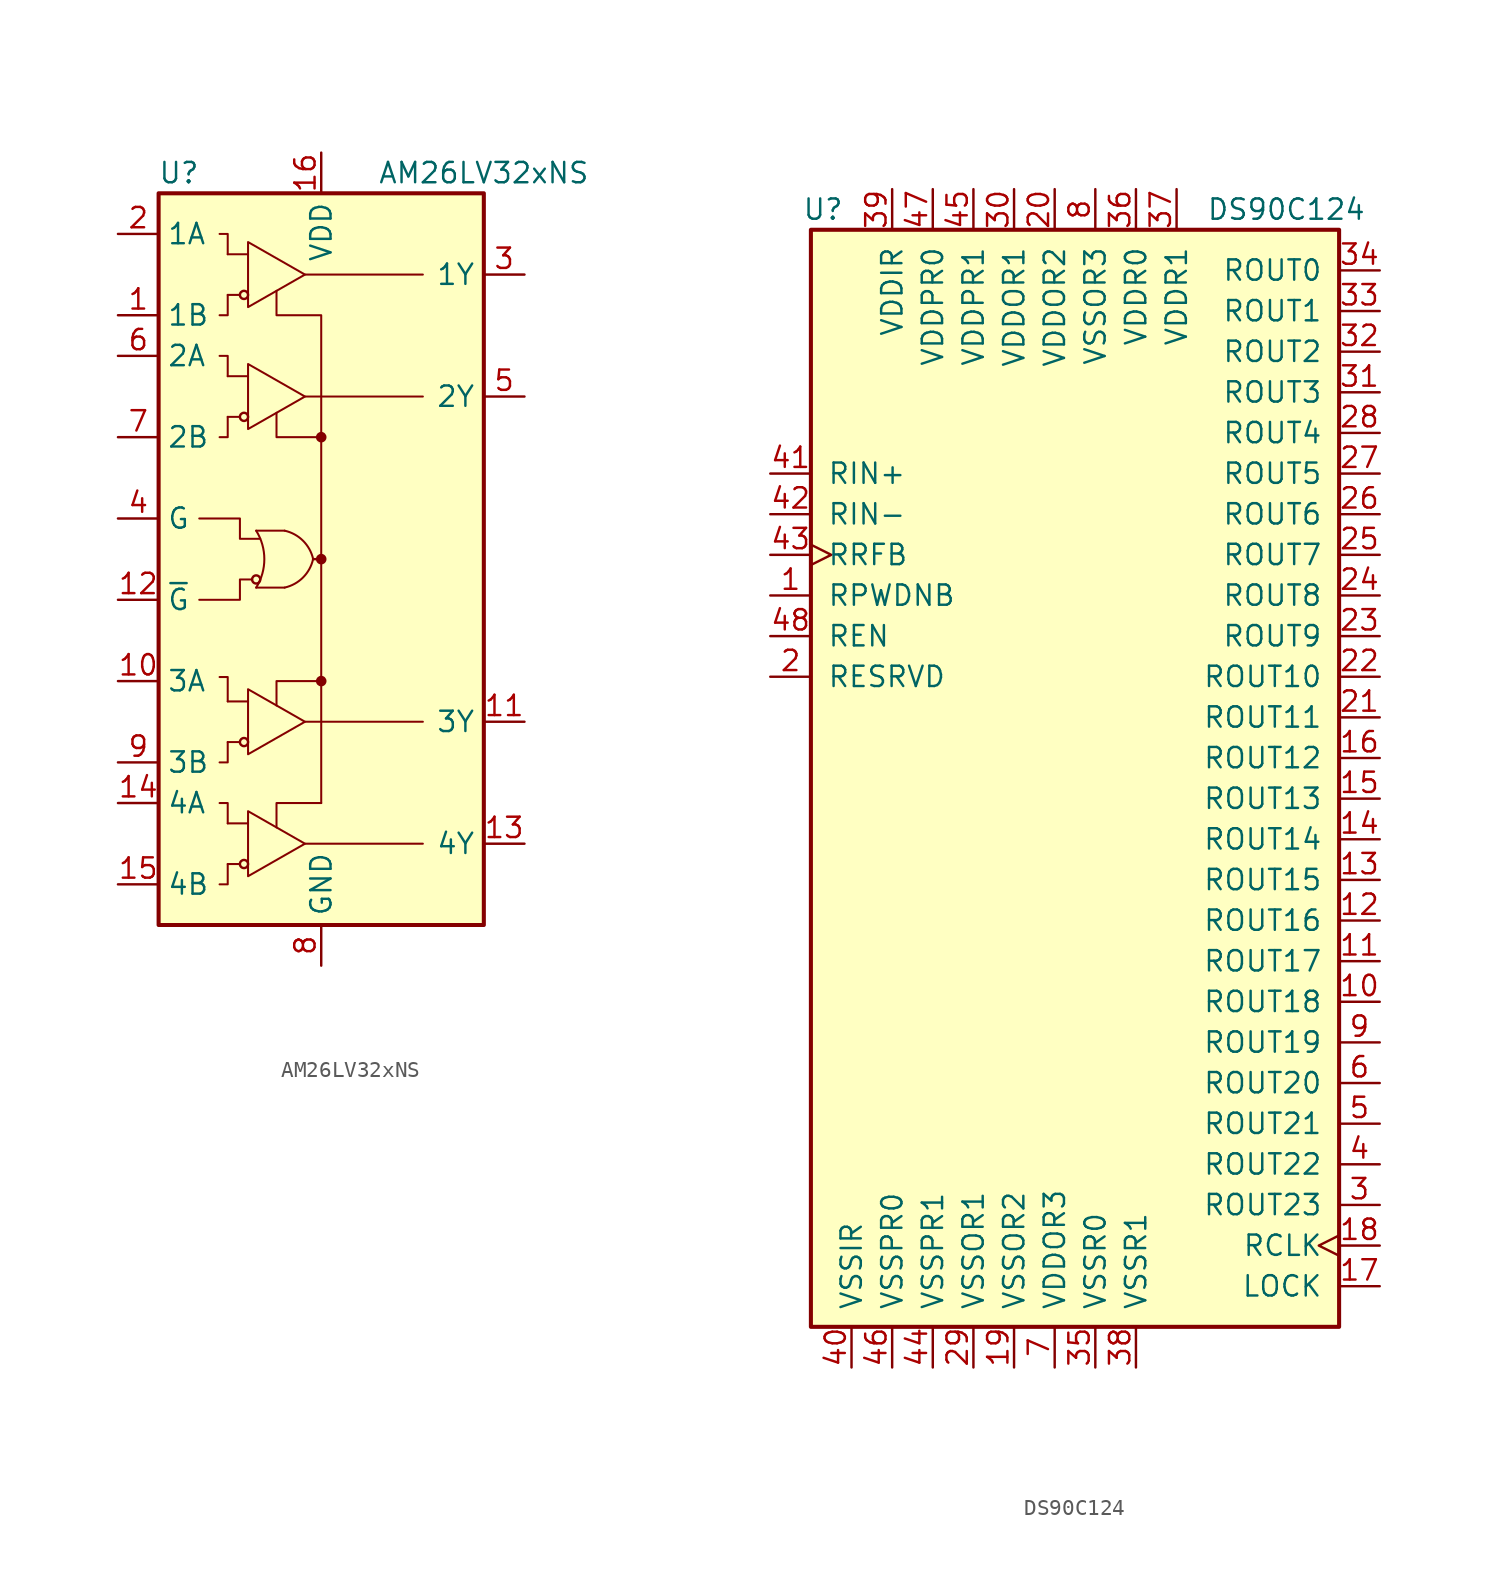
<source format=kicad_sym>
(kicad_symbol_lib
  (version 20201005)
  (generator kicad_symbol_editor)
  (symbol "AM26LV32xNS"
    (property "Reference" "U"
      (at -8.89 24.13 0)
      (effects (font (size 1.27 1.27))))
    (property "Value" "AM26LV32xNS"
      (at 10.16 24.13 0)
      (effects (font (size 1.27 1.27))))
    (symbol "AM26LV32xNS_0_1"
      (arc (start -4.064 1.778) (end -4.064 -1.778) (radius (at -6.9088 0) (length 3.3528) (angles 32 -32)) (stroke (width 0.127)) (fill (type none)))
      (arc (start -2.286 1.778) (end -0.508 0) (radius (at -2.794 -0.508) (length 2.3368) (angles 77.5 12.5)) (stroke (width 0.127)) (fill (type none)))
      (arc (start -2.286 -1.778) (end -0.508 0) (radius (at -2.794 0.508) (length 2.3368) (angles -77.5 -12.5)) (stroke (width 0.127)) (fill (type none)))
      (circle (center -4.826 16.51) (radius 0.254) (stroke (width 0)) (fill (type none)))
      (circle (center -4.064 -1.27) (radius 0.254) (stroke (width 0)) (fill (type none)))
      (circle (center 0 -7.62) (radius 0.254) (stroke (width 0)) (fill (type outline)))
      (circle (center 0 0) (radius 0.254) (stroke (width 0)) (fill (type outline)))
      (circle (center 0 7.62) (radius 0.254) (stroke (width 0)) (fill (type outline)))
      (rectangle (start -10.16 22.86) (end 10.16 -22.86) (stroke (width 0.254)) (fill (type background)))
      (polyline (pts (xy -5.842 16.51) (xy -5.08 16.51)) (stroke (width 0.127)) (fill (type none)))
      (polyline (pts (xy -5.842 19.05) (xy -4.572 19.05)) (stroke (width 0.127)) (fill (type none)))
      (polyline (pts (xy -4.064 -1.778) (xy -2.286 -1.778)) (stroke (width 0.127)) (fill (type none)))
      (polyline (pts (xy -2.286 1.778) (xy -4.064 1.778)) (stroke (width 0.127)) (fill (type none)))
      (polyline (pts (xy -1.016 -17.78) (xy 6.35 -17.78)) (stroke (width 0.127)) (fill (type none)))
      (polyline (pts (xy -1.016 -10.16) (xy 6.35 -10.16)) (stroke (width 0.127)) (fill (type none)))
      (polyline (pts (xy -1.016 10.16) (xy 6.35 10.16)) (stroke (width 0.127)) (fill (type none)))
      (polyline (pts (xy -1.016 17.78) (xy 6.35 17.78)) (stroke (width 0.127)) (fill (type none)))
      (polyline (pts (xy -0.508 0) (xy 0 0)) (stroke (width 0)) (fill (type none)))
      (polyline (pts (xy 0 0) (xy 0 -15.24)) (stroke (width 0.127)) (fill (type none)))
      (polyline (pts (xy 0 7.62) (xy 0 0)) (stroke (width 0.127)) (fill (type none)))
      (polyline (pts (xy -5.842 -19.05) (xy -5.842 -20.32) (xy -6.35 -20.32)) (stroke (width 0.127)) (fill (type none)))
      (polyline (pts (xy -5.842 -16.51) (xy -5.842 -15.24) (xy -6.35 -15.24)) (stroke (width 0.127)) (fill (type none)))
      (polyline (pts (xy -5.842 -11.43) (xy -5.842 -12.7) (xy -6.35 -12.7)) (stroke (width 0.127)) (fill (type none)))
      (polyline (pts (xy -5.842 -8.89) (xy -5.842 -7.366) (xy -6.35 -7.366)) (stroke (width 0.127)) (fill (type none)))
      (polyline (pts (xy -5.842 8.89) (xy -5.842 7.62) (xy -6.35 7.62)) (stroke (width 0.127)) (fill (type none)))
      (polyline (pts (xy -5.842 11.43) (xy -5.842 12.7) (xy -6.35 12.7)) (stroke (width 0.127)) (fill (type none)))
      (polyline (pts (xy -5.842 19.05) (xy -5.842 20.32) (xy -6.35 20.32)) (stroke (width 0.127)) (fill (type none)))
      (polyline (pts (xy 0 -15.24) (xy -2.794 -15.24) (xy -2.794 -16.764)) (stroke (width 0.127)) (fill (type none)))
      (polyline (pts (xy 0 -7.62) (xy -2.794 -7.62) (xy -2.794 -9.144)) (stroke (width 0.127)) (fill (type none)))
      (polyline (pts (xy 0 7.62) (xy -2.794 7.62) (xy -2.794 9.144)) (stroke (width 0.127)) (fill (type none)))
      (polyline (pts (xy -7.62 2.54) (xy -5.08 2.54) (xy -5.08 1.27) (xy -3.81 1.27)) (stroke (width 0.127)) (fill (type none)))
      (polyline (pts (xy -5.842 16.51) (xy -5.842 15.24) (xy -6.096 15.24) (xy -6.35 15.24)) (stroke (width 0.127)) (fill (type none)))
      (polyline (pts (xy -4.572 19.812) (xy -4.572 15.748) (xy -1.016 17.78) (xy -4.572 19.812)) (stroke (width 0.127)) (fill (type none)))
      (polyline (pts (xy -4.318 -1.27) (xy -5.08 -1.27) (xy -5.08 -2.54) (xy -7.62 -2.54)) (stroke (width 0.127)) (fill (type none)))
      (polyline (pts (xy 0 7.62) (xy 0 15.24) (xy -2.794 15.24) (xy -2.794 16.764)) (stroke (width 0.127)) (fill (type none))))
    (symbol "AM26LV32xNS_1_1"
      (circle (center -4.826 -19.05) (radius 0.254) (stroke (width 0)) (fill (type none)))
      (circle (center -4.826 -11.43) (radius 0.254) (stroke (width 0)) (fill (type none)))
      (circle (center -4.826 8.89) (radius 0.254) (stroke (width 0)) (fill (type none)))
      (polyline (pts (xy -5.842 -19.05) (xy -5.08 -19.05)) (stroke (width 0.127)) (fill (type none)))
      (polyline (pts (xy -5.842 -16.51) (xy -4.572 -16.51)) (stroke (width 0.127)) (fill (type none)))
      (polyline (pts (xy -5.842 -11.43) (xy -5.08 -11.43)) (stroke (width 0.127)) (fill (type none)))
      (polyline (pts (xy -5.842 -8.89) (xy -4.572 -8.89)) (stroke (width 0.127)) (fill (type none)))
      (polyline (pts (xy -5.842 8.89) (xy -5.08 8.89)) (stroke (width 0.127)) (fill (type none)))
      (polyline (pts (xy -5.842 11.43) (xy -4.572 11.43)) (stroke (width 0.127)) (fill (type none)))
      (polyline (pts (xy -4.572 -15.748) (xy -4.572 -19.812) (xy -1.016 -17.78) (xy -4.572 -15.748)) (stroke (width 0.127)) (fill (type none)))
      (polyline (pts (xy -4.572 -8.128) (xy -4.572 -12.192) (xy -1.016 -10.16) (xy -4.572 -8.128)) (stroke (width 0.127)) (fill (type none)))
      (polyline (pts (xy -4.572 12.192) (xy -4.572 8.128) (xy -1.016 10.16) (xy -4.572 12.192)) (stroke (width 0.127)) (fill (type none)))
      (pin input line (at -12.7 15.24 0) (length 2.54) (name "1B" (effects (font (size 1.27 1.27)))) (number "1" (effects (font (size 1.27 1.27)))))
      (pin input line (at -12.7 -7.62 0) (length 2.54) (name "3A" (effects (font (size 1.27 1.27)))) (number "10" (effects (font (size 1.27 1.27)))))
      (pin tri_state line (at 12.7 -10.16 180) (length 2.54) (name "3Y" (effects (font (size 1.27 1.27)))) (number "11" (effects (font (size 1.27 1.27)))))
      (pin input line (at -12.7 -2.54 0) (length 2.54) (name "~G" (effects (font (size 1.27 1.27)))) (number "12" (effects (font (size 1.27 1.27)))))
      (pin tri_state line (at 12.7 -17.78 180) (length 2.54) (name "4Y" (effects (font (size 1.27 1.27)))) (number "13" (effects (font (size 1.27 1.27)))))
      (pin input line (at -12.7 -15.24 0) (length 2.54) (name "4A" (effects (font (size 1.27 1.27)))) (number "14" (effects (font (size 1.27 1.27)))))
      (pin input line (at -12.7 -20.32 0) (length 2.54) (name "4B" (effects (font (size 1.27 1.27)))) (number "15" (effects (font (size 1.27 1.27)))))
      (pin power_in line (at 0 25.4 270) (length 2.54) (name "VDD" (effects (font (size 1.27 1.27)))) (number "16" (effects (font (size 1.27 1.27)))))
      (pin input line (at -12.7 20.32 0) (length 2.54) (name "1A" (effects (font (size 1.27 1.27)))) (number "2" (effects (font (size 1.27 1.27)))))
      (pin tri_state line (at 12.7 17.78 180) (length 2.54) (name "1Y" (effects (font (size 1.27 1.27)))) (number "3" (effects (font (size 1.27 1.27)))))
      (pin input line (at -12.7 2.54 0) (length 2.54) (name "G" (effects (font (size 1.27 1.27)))) (number "4" (effects (font (size 1.27 1.27)))))
      (pin tri_state line (at 12.7 10.16 180) (length 2.54) (name "2Y" (effects (font (size 1.27 1.27)))) (number "5" (effects (font (size 1.27 1.27)))))
      (pin input line (at -12.7 12.7 0) (length 2.54) (name "2A" (effects (font (size 1.27 1.27)))) (number "6" (effects (font (size 1.27 1.27)))))
      (pin input line (at -12.7 7.62 0) (length 2.54) (name "2B" (effects (font (size 1.27 1.27)))) (number "7" (effects (font (size 1.27 1.27)))))
      (pin power_in line (at 0 -25.4 90) (length 2.54) (name "GND" (effects (font (size 1.27 1.27)))) (number "8" (effects (font (size 1.27 1.27)))))
      (pin input line (at -12.7 -12.7 0) (length 2.54) (name "3B" (effects (font (size 1.27 1.27)))) (number "9" (effects (font (size 1.27 1.27)))))))
  (symbol "DS90C124"
    (pin_names
      (offset 1.016))
    (property "Reference" "U"
      (at -14.478 34.29 0)
      (effects (font (size 1.27 1.27))))
    (property "Value" "DS90C124"
      (at 14.478 34.29 0)
      (effects (font (size 1.27 1.27))))
    (symbol "DS90C124_0_1"
      (rectangle (start -15.24 33.02) (end 17.78 -35.56) (stroke (width 0.254)) (fill (type background))))
    (symbol "DS90C124_1_1"
      (pin input line (at -17.78 10.16 0) (length 2.54) (name "RPWDNB" (effects (font (size 1.27 1.27)))) (number "1" (effects (font (size 1.27 1.27)))))
      (pin output line (at 20.32 -15.24 180) (length 2.54) (name "ROUT18" (effects (font (size 1.27 1.27)))) (number "10" (effects (font (size 1.27 1.27)))))
      (pin output line (at 20.32 -12.7 180) (length 2.54) (name "ROUT17" (effects (font (size 1.27 1.27)))) (number "11" (effects (font (size 1.27 1.27)))))
      (pin output line (at 20.32 -10.16 180) (length 2.54) (name "ROUT16" (effects (font (size 1.27 1.27)))) (number "12" (effects (font (size 1.27 1.27)))))
      (pin output line (at 20.32 -7.62 180) (length 2.54) (name "ROUT15" (effects (font (size 1.27 1.27)))) (number "13" (effects (font (size 1.27 1.27)))))
      (pin output line (at 20.32 -5.08 180) (length 2.54) (name "ROUT14" (effects (font (size 1.27 1.27)))) (number "14" (effects (font (size 1.27 1.27)))))
      (pin output line (at 20.32 -2.54 180) (length 2.54) (name "ROUT13" (effects (font (size 1.27 1.27)))) (number "15" (effects (font (size 1.27 1.27)))))
      (pin output line (at 20.32 0 180) (length 2.54) (name "ROUT12" (effects (font (size 1.27 1.27)))) (number "16" (effects (font (size 1.27 1.27)))))
      (pin output line (at 20.32 -33.02 180) (length 2.54) (name "LOCK" (effects (font (size 1.27 1.27)))) (number "17" (effects (font (size 1.27 1.27)))))
      (pin output clock (at 20.32 -30.48 180) (length 2.54) (name "RCLK" (effects (font (size 1.27 1.27)))) (number "18" (effects (font (size 1.27 1.27)))))
      (pin power_in line (at -2.54 -38.1 90) (length 2.54) (name "VSSOR2" (effects (font (size 1.27 1.27)))) (number "19" (effects (font (size 1.27 1.27)))))
      (pin input line (at -17.78 5.08 0) (length 2.54) (name "RESRVD" (effects (font (size 1.27 1.27)))) (number "2" (effects (font (size 1.27 1.27)))))
      (pin power_in line (at 0 35.56 270) (length 2.54) (name "VDDOR2" (effects (font (size 1.27 1.27)))) (number "20" (effects (font (size 1.27 1.27)))))
      (pin output line (at 20.32 2.54 180) (length 2.54) (name "ROUT11" (effects (font (size 1.27 1.27)))) (number "21" (effects (font (size 1.27 1.27)))))
      (pin output line (at 20.32 5.08 180) (length 2.54) (name "ROUT10" (effects (font (size 1.27 1.27)))) (number "22" (effects (font (size 1.27 1.27)))))
      (pin output line (at 20.32 7.62 180) (length 2.54) (name "ROUT9" (effects (font (size 1.27 1.27)))) (number "23" (effects (font (size 1.27 1.27)))))
      (pin output line (at 20.32 10.16 180) (length 2.54) (name "ROUT8" (effects (font (size 1.27 1.27)))) (number "24" (effects (font (size 1.27 1.27)))))
      (pin output line (at 20.32 12.7 180) (length 2.54) (name "ROUT7" (effects (font (size 1.27 1.27)))) (number "25" (effects (font (size 1.27 1.27)))))
      (pin output line (at 20.32 15.24 180) (length 2.54) (name "ROUT6" (effects (font (size 1.27 1.27)))) (number "26" (effects (font (size 1.27 1.27)))))
      (pin output line (at 20.32 17.78 180) (length 2.54) (name "ROUT5" (effects (font (size 1.27 1.27)))) (number "27" (effects (font (size 1.27 1.27)))))
      (pin output line (at 20.32 20.32 180) (length 2.54) (name "ROUT4" (effects (font (size 1.27 1.27)))) (number "28" (effects (font (size 1.27 1.27)))))
      (pin power_in line (at -5.08 -38.1 90) (length 2.54) (name "VSSOR1" (effects (font (size 1.27 1.27)))) (number "29" (effects (font (size 1.27 1.27)))))
      (pin output line (at 20.32 -27.94 180) (length 2.54) (name "ROUT23" (effects (font (size 1.27 1.27)))) (number "3" (effects (font (size 1.27 1.27)))))
      (pin power_in line (at -2.54 35.56 270) (length 2.54) (name "VDDOR1" (effects (font (size 1.27 1.27)))) (number "30" (effects (font (size 1.27 1.27)))))
      (pin output line (at 20.32 22.86 180) (length 2.54) (name "ROUT3" (effects (font (size 1.27 1.27)))) (number "31" (effects (font (size 1.27 1.27)))))
      (pin output line (at 20.32 25.4 180) (length 2.54) (name "ROUT2" (effects (font (size 1.27 1.27)))) (number "32" (effects (font (size 1.27 1.27)))))
      (pin output line (at 20.32 27.94 180) (length 2.54) (name "ROUT1" (effects (font (size 1.27 1.27)))) (number "33" (effects (font (size 1.27 1.27)))))
      (pin output line (at 20.32 30.48 180) (length 2.54) (name "ROUT0" (effects (font (size 1.27 1.27)))) (number "34" (effects (font (size 1.27 1.27)))))
      (pin power_in line (at 2.54 -38.1 90) (length 2.54) (name "VSSR0" (effects (font (size 1.27 1.27)))) (number "35" (effects (font (size 1.27 1.27)))))
      (pin power_in line (at 5.08 35.56 270) (length 2.54) (name "VDDR0" (effects (font (size 1.27 1.27)))) (number "36" (effects (font (size 1.27 1.27)))))
      (pin power_in line (at 7.62 35.56 270) (length 2.54) (name "VDDR1" (effects (font (size 1.27 1.27)))) (number "37" (effects (font (size 1.27 1.27)))))
      (pin power_in line (at 5.08 -38.1 90) (length 2.54) (name "VSSR1" (effects (font (size 1.27 1.27)))) (number "38" (effects (font (size 1.27 1.27)))))
      (pin power_in line (at -10.16 35.56 270) (length 2.54) (name "VDDIR" (effects (font (size 1.27 1.27)))) (number "39" (effects (font (size 1.27 1.27)))))
      (pin output line (at 20.32 -25.4 180) (length 2.54) (name "ROUT22" (effects (font (size 1.27 1.27)))) (number "4" (effects (font (size 1.27 1.27)))))
      (pin power_in line (at -12.7 -38.1 90) (length 2.54) (name "VSSIR" (effects (font (size 1.27 1.27)))) (number "40" (effects (font (size 1.27 1.27)))))
      (pin input line (at -17.78 17.78 0) (length 2.54) (name "RIN+" (effects (font (size 1.27 1.27)))) (number "41" (effects (font (size 1.27 1.27)))))
      (pin input line (at -17.78 15.24 0) (length 2.54) (name "RIN-" (effects (font (size 1.27 1.27)))) (number "42" (effects (font (size 1.27 1.27)))))
      (pin input clock (at -17.78 12.7 0) (length 2.54) (name "RRFB" (effects (font (size 1.27 1.27)))) (number "43" (effects (font (size 1.27 1.27)))))
      (pin power_in line (at -7.62 -38.1 90) (length 2.54) (name "VSSPR1" (effects (font (size 1.27 1.27)))) (number "44" (effects (font (size 1.27 1.27)))))
      (pin power_in line (at -5.08 35.56 270) (length 2.54) (name "VDDPR1" (effects (font (size 1.27 1.27)))) (number "45" (effects (font (size 1.27 1.27)))))
      (pin power_in line (at -10.16 -38.1 90) (length 2.54) (name "VSSPR0" (effects (font (size 1.27 1.27)))) (number "46" (effects (font (size 1.27 1.27)))))
      (pin power_in line (at -7.62 35.56 270) (length 2.54) (name "VDDPR0" (effects (font (size 1.27 1.27)))) (number "47" (effects (font (size 1.27 1.27)))))
      (pin input line (at -17.78 7.62 0) (length 2.54) (name "REN" (effects (font (size 1.27 1.27)))) (number "48" (effects (font (size 1.27 1.27)))))
      (pin output line (at 20.32 -22.86 180) (length 2.54) (name "ROUT21" (effects (font (size 1.27 1.27)))) (number "5" (effects (font (size 1.27 1.27)))))
      (pin output line (at 20.32 -20.32 180) (length 2.54) (name "ROUT20" (effects (font (size 1.27 1.27)))) (number "6" (effects (font (size 1.27 1.27)))))
      (pin power_in line (at 0 -38.1 90) (length 2.54) (name "VDDOR3" (effects (font (size 1.27 1.27)))) (number "7" (effects (font (size 1.27 1.27)))))
      (pin power_in line (at 2.54 35.56 270) (length 2.54) (name "VSSOR3" (effects (font (size 1.27 1.27)))) (number "8" (effects (font (size 1.27 1.27)))))
      (pin output line (at 20.32 -17.78 180) (length 2.54) (name "ROUT19" (effects (font (size 1.27 1.27)))) (number "9" (effects (font (size 1.27 1.27))))))))
</source>
